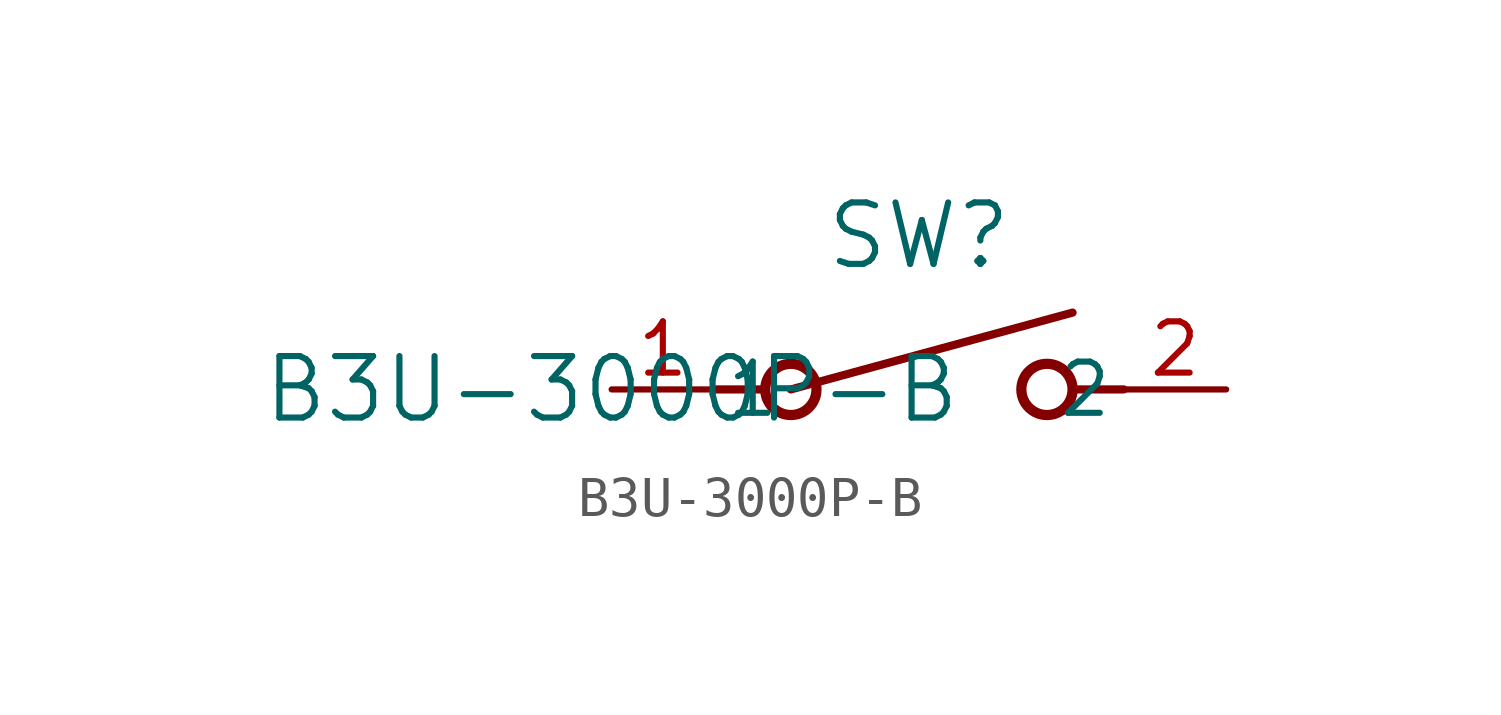
<source format=kicad_sym>
(kicad_symbol_lib
  (version 20211014)
  (generator kicad_symbol_editor)
  (symbol "B3U-3000P-B"
    (pin_names
      (offset 0.254))
    (property "Reference" "SW"
      (at 7.62 3.81 0)
      (effects (font (size 1.524 1.524))))
    (property "Value" "B3U-3000P-B"
      (at 0 0 0)
      (effects (font (size 1.524 1.524))))
    (symbol "B3U-3000P-B_0_1"
      (polyline (pts (xy 2.54 0) (xy 3.81 0)) (stroke (width 0.203) (type default) (color 0 0 0 0)) (fill (type none)))
      (circle (center 10.795 0) (radius 0.635) (stroke (width 0.254) (type default) (color 0 0 0 0)) (fill (type none)))
      (circle (center 4.445 0) (radius 0.635) (stroke (width 0.254) (type default) (color 0 0 0 0)) (fill (type none)))
      (polyline (pts (xy 12.7 0) (xy 11.43 0)) (stroke (width 0.203) (type default) (color 0 0 0 0)) (fill (type none)))
      (polyline (pts (xy 4.445 0) (xy 11.43 1.905)) (stroke (width 0.203) (type default) (color 0 0 0 0)) (fill (type none)))
      (pin unspecified line (at 0 0 0) (length 2.54) (name "1" (effects (font (size 1.27 1.27)))) (number "1" (effects (font (size 1.27 1.27)))))
      (pin unspecified line (at 15.24 0 180) (length 2.54) (name "2" (effects (font (size 1.27 1.27)))) (number "2" (effects (font (size 1.27 1.27))))))))
</source>
